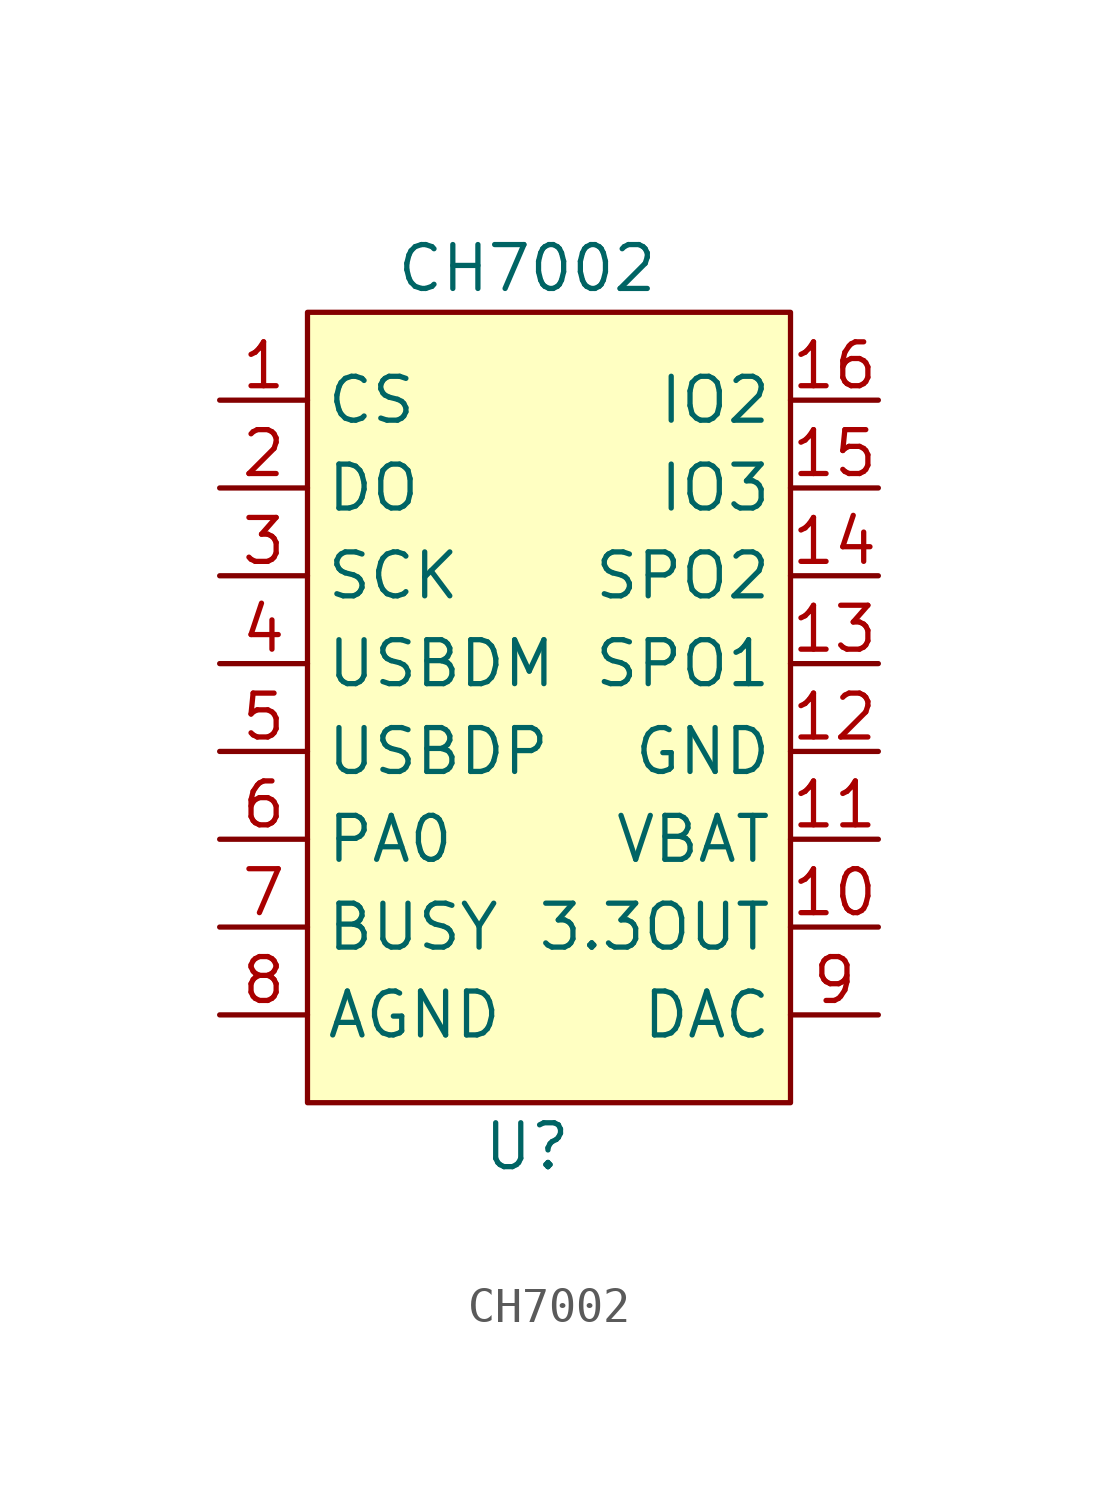
<source format=kicad_sym>
(kicad_symbol_lib
  (version 20220914)
  (generator kicad_symbol_editor)
  (symbol "CH7002"
    (property "Reference" "U"
      (at 0 -12.7 0)
      (effects (font (size 1.27 1.27))))
    (property "Value" "CH7002"
      (at 0 12.7 0)
      (effects (font (size 1.27 1.27))))
    (symbol "CH7002_0_1"
      (rectangle (start -6.35 11.43) (end 7.62 -11.43) (stroke (width 0) (type default) (color 0 0 0 0)) (fill (type background))))
    (symbol "CH7002_1_1"
      (pin input line (at -8.89 8.89 0) (length 2.54) (name "CS" (effects (font (size 1.27 1.27)))) (number "1" (effects (font (size 1.27 1.27)))))
      (pin power_out line (at 10.16 -6.35 180) (length 2.54) (name "3.3OUT" (effects (font (size 1.27 1.27)))) (number "10" (effects (font (size 1.27 1.27)))))
      (pin power_in line (at 10.16 -3.81 180) (length 2.54) (name "VBAT" (effects (font (size 1.27 1.27)))) (number "11" (effects (font (size 1.27 1.27)))))
      (pin power_in line (at 10.16 -1.27 180) (length 2.54) (name "GND" (effects (font (size 1.27 1.27)))) (number "12" (effects (font (size 1.27 1.27)))))
      (pin output line (at 10.16 1.27 180) (length 2.54) (name "SPO1" (effects (font (size 1.27 1.27)))) (number "13" (effects (font (size 1.27 1.27)))))
      (pin output line (at 10.16 3.81 180) (length 2.54) (name "SPO2" (effects (font (size 1.27 1.27)))) (number "14" (effects (font (size 1.27 1.27)))))
      (pin input line (at 10.16 6.35 180) (length 2.54) (name "IO3" (effects (font (size 1.27 1.27)))) (number "15" (effects (font (size 1.27 1.27)))))
      (pin input line (at 10.16 8.89 180) (length 2.54) (name "IO2" (effects (font (size 1.27 1.27)))) (number "16" (effects (font (size 1.27 1.27)))))
      (pin input line (at -8.89 6.35 0) (length 2.54) (name "DO" (effects (font (size 1.27 1.27)))) (number "2" (effects (font (size 1.27 1.27)))))
      (pin input line (at -8.89 3.81 0) (length 2.54) (name "SCK" (effects (font (size 1.27 1.27)))) (number "3" (effects (font (size 1.27 1.27)))))
      (pin input line (at -8.89 1.27 0) (length 2.54) (name "USBDM" (effects (font (size 1.27 1.27)))) (number "4" (effects (font (size 1.27 1.27)))))
      (pin input line (at -8.89 -1.27 0) (length 2.54) (name "USBDP" (effects (font (size 1.27 1.27)))) (number "5" (effects (font (size 1.27 1.27)))))
      (pin input line (at -8.89 -3.81 0) (length 2.54) (name "PA0" (effects (font (size 1.27 1.27)))) (number "6" (effects (font (size 1.27 1.27)))))
      (pin output line (at -8.89 -6.35 0) (length 2.54) (name "BUSY" (effects (font (size 1.27 1.27)))) (number "7" (effects (font (size 1.27 1.27)))))
      (pin input line (at -8.89 -8.89 0) (length 2.54) (name "AGND" (effects (font (size 1.27 1.27)))) (number "8" (effects (font (size 1.27 1.27)))))
      (pin output line (at 10.16 -8.89 180) (length 2.54) (name "DAC" (effects (font (size 1.27 1.27)))) (number "9" (effects (font (size 1.27 1.27))))))))
</source>
